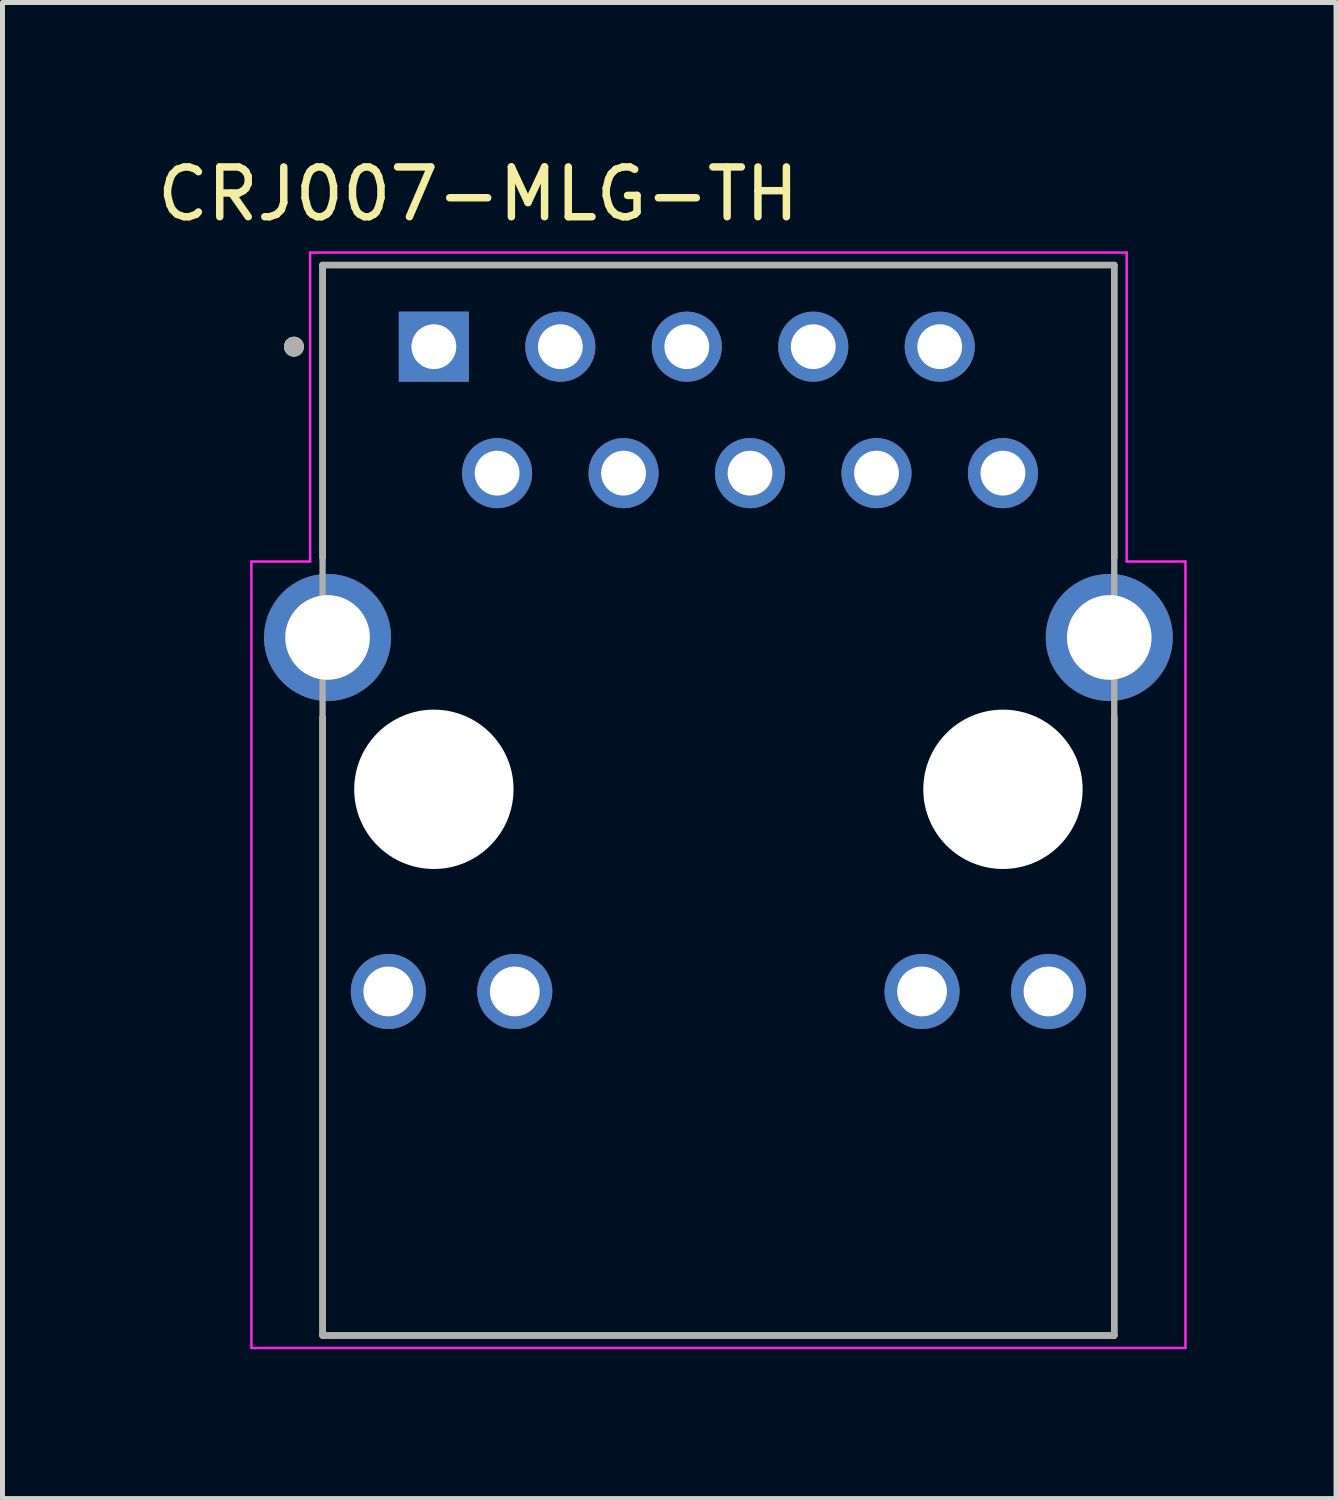
<source format=kicad_pcb>
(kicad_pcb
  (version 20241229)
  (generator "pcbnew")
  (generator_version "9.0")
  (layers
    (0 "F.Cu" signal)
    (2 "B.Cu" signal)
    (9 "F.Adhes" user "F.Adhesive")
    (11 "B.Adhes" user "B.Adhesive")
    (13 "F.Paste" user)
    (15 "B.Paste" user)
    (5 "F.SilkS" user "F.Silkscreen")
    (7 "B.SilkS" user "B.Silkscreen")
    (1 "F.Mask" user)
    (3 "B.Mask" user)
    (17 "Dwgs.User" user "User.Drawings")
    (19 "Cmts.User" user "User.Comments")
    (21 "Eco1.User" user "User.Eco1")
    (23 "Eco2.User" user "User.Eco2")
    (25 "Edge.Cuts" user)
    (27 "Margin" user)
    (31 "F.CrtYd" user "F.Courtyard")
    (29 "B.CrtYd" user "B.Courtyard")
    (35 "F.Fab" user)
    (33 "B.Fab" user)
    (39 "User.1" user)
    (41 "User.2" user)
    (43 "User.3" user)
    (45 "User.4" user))
  (footprint "CRJ007-MLG-TH"
    (layer "F.Cu")
    (at 11.379 12.803)
    (property "Reference" "CRJ007-MLG-TH" (at -4.825 -11.955 0) (layer "F.SilkS") (effects (font (size 1 1) (thickness 0.15))))
    (attr through_hole)
    (fp_line (start -7.95 -10.53) (end 7.95 -10.53) (stroke (width 0.127) (type solid)) (layer "F.SilkS"))
    (fp_line (start -7.95 -4.65) (end -7.95 -10.53) (stroke (width 0.127) (type solid)) (layer "F.SilkS"))
    (fp_line (start -7.95 10.97) (end -7.95 -1.45) (stroke (width 0.127) (type solid)) (layer "F.SilkS"))
    (fp_line (start 7.95 -4.65) (end 7.95 -10.53) (stroke (width 0.127) (type solid)) (layer "F.SilkS"))
    (fp_line (start 7.95 10.97) (end -7.95 10.97) (stroke (width 0.127) (type solid)) (layer "F.SilkS"))
    (fp_line (start 7.95 10.97) (end 7.95 -1.45) (stroke (width 0.127) (type solid)) (layer "F.SilkS"))
    (fp_circle (center -8.525 -8.89) (end -8.425 -8.89) (stroke (width 0.2) (type solid)) (fill no) (layer "F.SilkS"))
    (fp_line (start -9.38 -4.575) (end -9.38 11.22) (stroke (width 0.05) (type solid)) (layer "F.CrtYd"))
    (fp_line (start -8.2 -10.78) (end 8.2 -10.78) (stroke (width 0.05) (type solid)) (layer "F.CrtYd"))
    (fp_line (start -8.2 -4.575) (end -9.38 -4.575) (stroke (width 0.05) (type solid)) (layer "F.CrtYd"))
    (fp_line (start -8.2 -4.575) (end -8.2 -10.78) (stroke (width 0.05) (type solid)) (layer "F.CrtYd"))
    (fp_line (start 8.2 -10.78) (end 8.2 -4.575) (stroke (width 0.05) (type solid)) (layer "F.CrtYd"))
    (fp_line (start 9.38 -4.575) (end 8.2 -4.575) (stroke (width 0.05) (type solid)) (layer "F.CrtYd"))
    (fp_line (start 9.38 -4.575) (end 9.38 11.22) (stroke (width 0.05) (type solid)) (layer "F.CrtYd"))
    (fp_line (start 9.38 11.22) (end -9.38 11.22) (stroke (width 0.05) (type solid)) (layer "F.CrtYd"))
    (fp_line (start -7.95 -10.53) (end 7.95 -10.53) (stroke (width 0.127) (type solid)) (layer "F.Fab"))
    (fp_line (start -7.95 10.97) (end -7.95 -10.53) (stroke (width 0.127) (type solid)) (layer "F.Fab"))
    (fp_line (start 7.95 -10.53) (end 7.95 10.97) (stroke (width 0.127) (type solid)) (layer "F.Fab"))
    (fp_line (start 7.95 10.97) (end -7.95 10.97) (stroke (width 0.127) (type solid)) (layer "F.Fab"))
    (fp_circle (center -8.525 -8.89) (end -8.425 -8.89) (stroke (width 0.2) (type solid)) (fill no) (layer "F.Fab"))
    (pad "" np_thru_hole circle (at -5.715 0) (size 3.2 3.2) (drill 3.2) (layers "*.Cu" "*.Mask"))
    (pad "" np_thru_hole circle (at 5.715 0) (size 3.2 3.2) (drill 3.2) (layers "*.Cu" "*.Mask"))
    (pad "1" thru_hole rect (at -5.715 -8.89) (size 1.408 1.408) (drill 0.9) (layers "*.Cu" "*.Mask"))
    (pad "2" thru_hole circle (at -4.445 -6.35) (size 1.408 1.408) (drill 0.9) (layers "*.Cu" "*.Mask"))
    (pad "3" thru_hole circle (at -3.175 -8.89) (size 1.408 1.408) (drill 0.9) (layers "*.Cu" "*.Mask"))
    (pad "4" thru_hole circle (at -1.905 -6.35) (size 1.408 1.408) (drill 0.9) (layers "*.Cu" "*.Mask"))
    (pad "5" thru_hole circle (at -0.635 -8.89) (size 1.408 1.408) (drill 0.9) (layers "*.Cu" "*.Mask"))
    (pad "6" thru_hole circle (at 0.635 -6.35) (size 1.408 1.408) (drill 0.9) (layers "*.Cu" "*.Mask"))
    (pad "7" thru_hole circle (at 1.905 -8.89) (size 1.408 1.408) (drill 0.9) (layers "*.Cu" "*.Mask"))
    (pad "8" thru_hole circle (at 3.175 -6.35) (size 1.408 1.408) (drill 0.9) (layers "*.Cu" "*.Mask"))
    (pad "9" thru_hole circle (at 4.445 -8.89) (size 1.408 1.408) (drill 0.9) (layers "*.Cu" "*.Mask"))
    (pad "10" thru_hole circle (at 5.715 -6.35) (size 1.408 1.408) (drill 0.9) (layers "*.Cu" "*.Mask"))
    (pad "11" thru_hole circle (at -6.63 4.06) (size 1.508 1.508) (drill 1) (layers "*.Cu" "*.Mask"))
    (pad "12" thru_hole circle (at -4.09 4.06) (size 1.508 1.508) (drill 1) (layers "*.Cu" "*.Mask"))
    (pad "13" thru_hole circle (at 4.09 4.06) (size 1.508 1.508) (drill 1) (layers "*.Cu" "*.Mask"))
    (pad "14" thru_hole circle (at 6.63 4.06) (size 1.508 1.508) (drill 1) (layers "*.Cu" "*.Mask"))
    (pad "S1" thru_hole circle (at 7.85 -3.05) (size 2.55 2.55) (drill 1.7) (layers "*.Cu" "*.Mask"))
    (pad "S2" thru_hole circle (at -7.85 -3.05) (size 2.55 2.55) (drill 1.7) (layers "*.Cu" "*.Mask")))
  (gr_rect
    (start -3 -3)
    (end 23.784 27.048)
    (stroke (width 0.1) (type default))
    (fill no)
    (layer "Edge.Cuts")))
</source>
